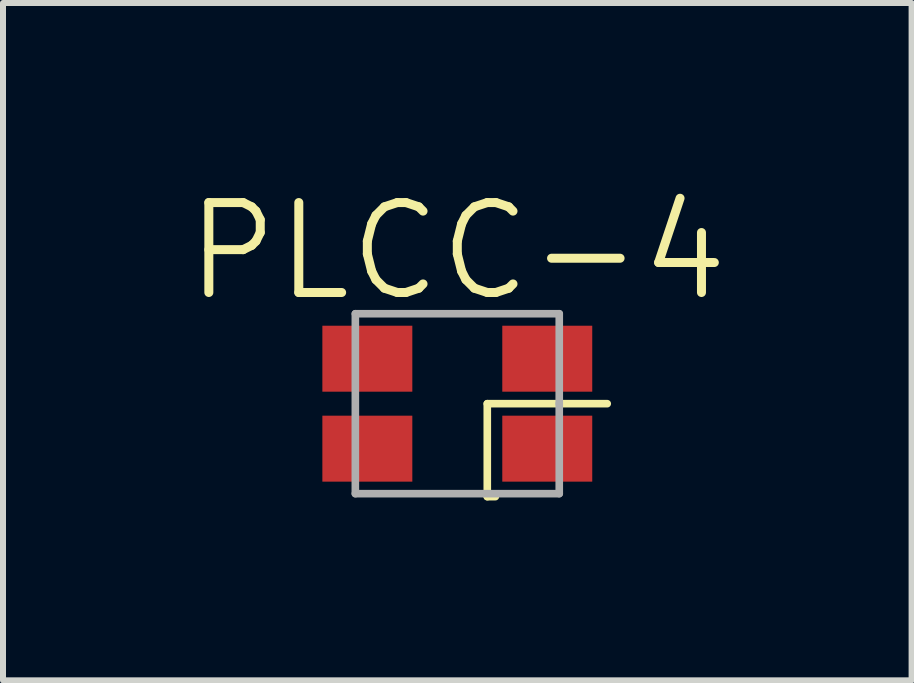
<source format=kicad_pcb>
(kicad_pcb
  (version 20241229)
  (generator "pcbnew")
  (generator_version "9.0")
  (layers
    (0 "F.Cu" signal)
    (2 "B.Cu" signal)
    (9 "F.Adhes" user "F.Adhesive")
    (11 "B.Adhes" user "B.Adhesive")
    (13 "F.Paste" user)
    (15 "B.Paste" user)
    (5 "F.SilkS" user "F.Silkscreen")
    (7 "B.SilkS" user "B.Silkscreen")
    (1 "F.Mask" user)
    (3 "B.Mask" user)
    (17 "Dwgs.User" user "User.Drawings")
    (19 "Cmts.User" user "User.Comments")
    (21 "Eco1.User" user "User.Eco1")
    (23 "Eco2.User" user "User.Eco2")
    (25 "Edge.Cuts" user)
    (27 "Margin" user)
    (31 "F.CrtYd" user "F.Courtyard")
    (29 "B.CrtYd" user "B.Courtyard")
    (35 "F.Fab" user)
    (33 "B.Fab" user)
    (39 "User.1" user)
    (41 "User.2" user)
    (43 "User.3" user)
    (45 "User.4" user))
  (footprint "PLCC-4"
    (layer "F.Cu")
    (at 4.575 3.681)
    (property "Reference" "PLCC-4" (at 0 -2.54 0) (layer "F.SilkS") (effects (font (size 1.5 1.5) (thickness 0.15))))
    (attr through_hole)
    (fp_line (start 0.5 0) (end 2.5 0) (stroke (width 0.127) (type solid)) (layer "F.SilkS"))
    (fp_line (start 0.5 1.55) (end 0.5 0) (stroke (width 0.127) (type solid)) (layer "F.SilkS"))
    (fp_line (start 0.635 1.55) (end 0.5 1.55) (stroke (width 0.127) (type solid)) (layer "F.SilkS"))
    (fp_line (start -1.7 -1.5) (end -1.7 1.5) (stroke (width 0.127) (type solid)) (layer "F.Fab"))
    (fp_line (start -1.7 1.5) (end 1.7 1.5) (stroke (width 0.127) (type solid)) (layer "F.Fab"))
    (fp_line (start 1.7 -1.5) (end -1.7 -1.5) (stroke (width 0.127) (type solid)) (layer "F.Fab"))
    (fp_line (start 1.7 0) (end 1.7 -1.5) (stroke (width 0.127) (type solid)) (layer "F.Fab"))
    (fp_line (start 1.7 1.5) (end 1.7 0) (stroke (width 0.127) (type solid)) (layer "F.Fab"))
    (pad "1" smd rect (at 1.5 0.75) (size 1.5 1.1) (layers "F.Cu" "F.Mask" "F.Paste"))
    (pad "2" smd rect (at -1.5 0.75) (size 1.5 1.1) (layers "F.Cu" "F.Mask" "F.Paste"))
    (pad "3" smd rect (at -1.5 -0.75) (size 1.5 1.1) (layers "F.Cu" "F.Mask" "F.Paste"))
    (pad "4" smd rect (at 1.5 -0.75) (size 1.5 1.1) (layers "F.Cu" "F.Mask" "F.Paste")))
  (gr_rect
    (start -3 -3)
    (end 12.15 8.294)
    (stroke (width 0.1) (type default))
    (fill no)
    (layer "Edge.Cuts")))
</source>
